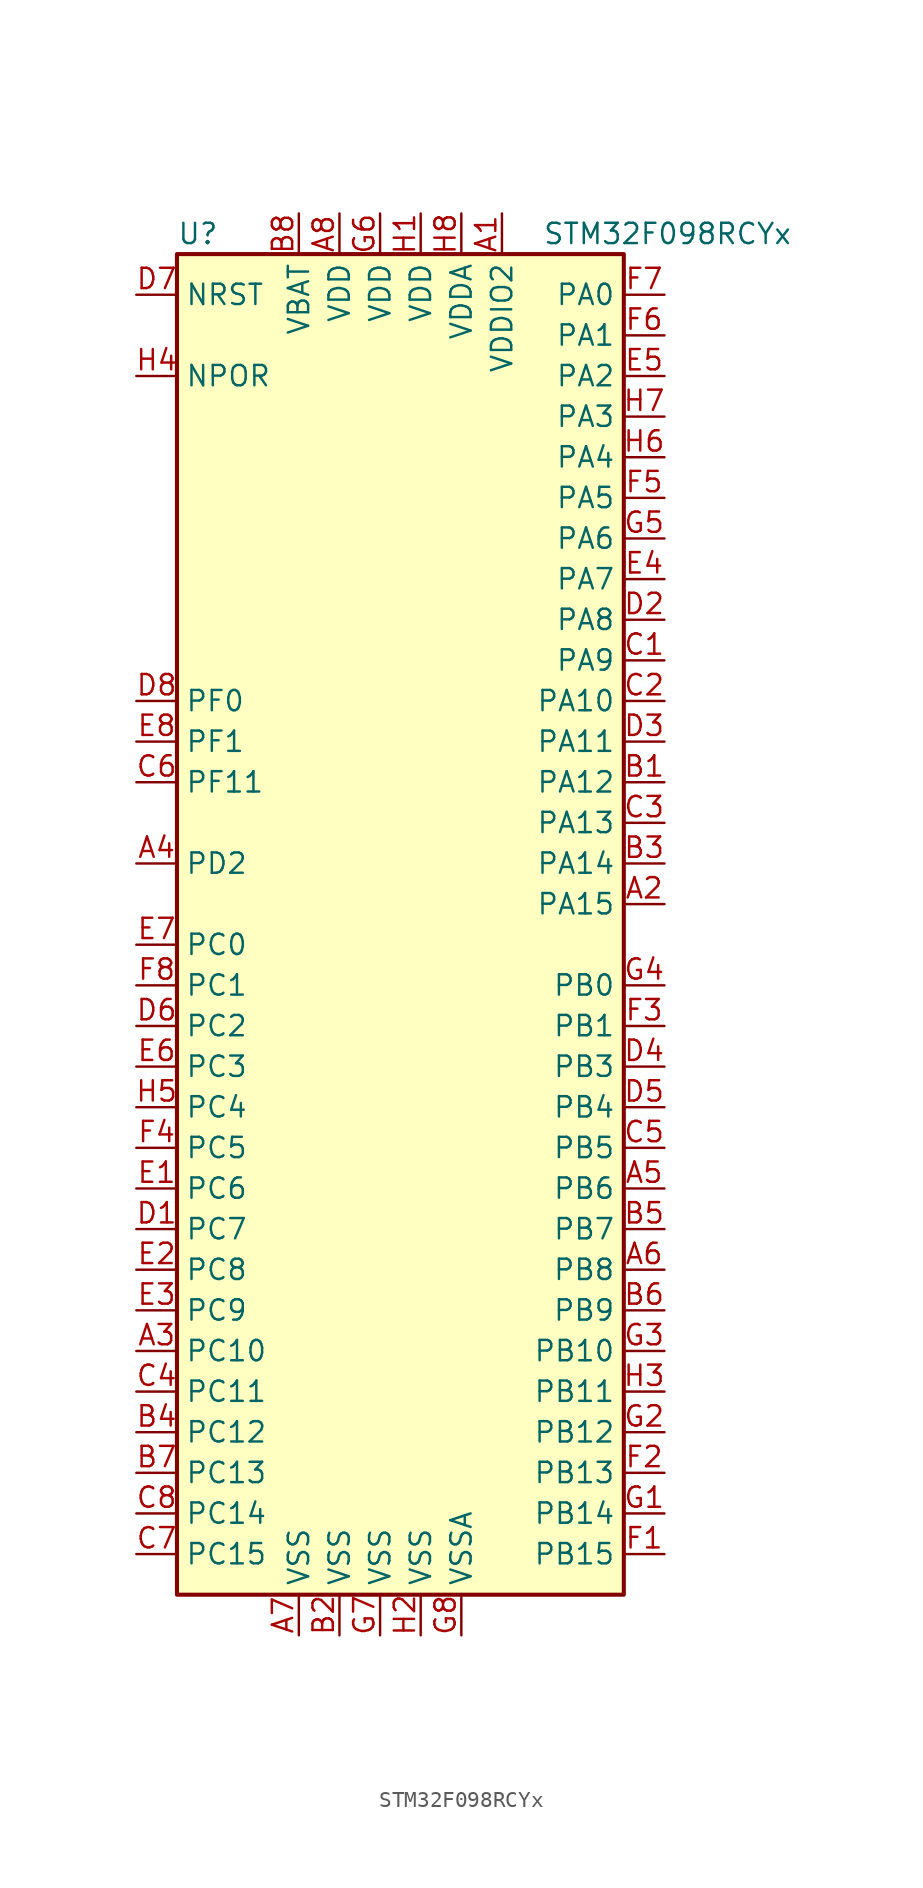
<source format=kicad_sym>
(kicad_symbol_lib
  (version 20201005)
  (generator kicad_symbol_editor)
  (symbol "STM32F098RCYx"
    (property "Reference" "U"
      (at -15.24 41.91 0)
      (effects (font (size 1.27 1.27)) (justify left)))
    (property "Value" "STM32F098RCYx"
      (at 7.62 41.91 0)
      (effects (font (size 1.27 1.27)) (justify left)))
    (symbol "STM32F098RCYx_0_1"
      (rectangle (start -15.24 -43.18) (end 12.7 40.64) (stroke (width 0.254)) (fill (type background))))
    (symbol "STM32F098RCYx_1_1"
      (pin power_in line (at 5.08 43.18 270) (length 2.54) (name "VDDIO2" (effects (font (size 1.27 1.27)))) (number "A1" (effects (font (size 1.27 1.27)))))
      (pin bidirectional line (at 15.24 0 180) (length 2.54) (name "PA15" (effects (font (size 1.27 1.27)))) (number "A2" (effects (font (size 1.27 1.27)))))
      (pin bidirectional line (at -17.78 -27.94 0) (length 2.54) (name "PC10" (effects (font (size 1.27 1.27)))) (number "A3" (effects (font (size 1.27 1.27)))))
      (pin bidirectional line (at -17.78 2.54 0) (length 2.54) (name "PD2" (effects (font (size 1.27 1.27)))) (number "A4" (effects (font (size 1.27 1.27)))))
      (pin bidirectional line (at 15.24 -17.78 180) (length 2.54) (name "PB6" (effects (font (size 1.27 1.27)))) (number "A5" (effects (font (size 1.27 1.27)))))
      (pin bidirectional line (at 15.24 -22.86 180) (length 2.54) (name "PB8" (effects (font (size 1.27 1.27)))) (number "A6" (effects (font (size 1.27 1.27)))))
      (pin power_in line (at -7.62 -45.72 90) (length 2.54) (name "VSS" (effects (font (size 1.27 1.27)))) (number "A7" (effects (font (size 1.27 1.27)))))
      (pin power_in line (at -5.08 43.18 270) (length 2.54) (name "VDD" (effects (font (size 1.27 1.27)))) (number "A8" (effects (font (size 1.27 1.27)))))
      (pin bidirectional line (at 15.24 7.62 180) (length 2.54) (name "PA12" (effects (font (size 1.27 1.27)))) (number "B1" (effects (font (size 1.27 1.27)))))
      (pin power_in line (at -5.08 -45.72 90) (length 2.54) (name "VSS" (effects (font (size 1.27 1.27)))) (number "B2" (effects (font (size 1.27 1.27)))))
      (pin bidirectional line (at 15.24 2.54 180) (length 2.54) (name "PA14" (effects (font (size 1.27 1.27)))) (number "B3" (effects (font (size 1.27 1.27)))))
      (pin bidirectional line (at -17.78 -33.02 0) (length 2.54) (name "PC12" (effects (font (size 1.27 1.27)))) (number "B4" (effects (font (size 1.27 1.27)))))
      (pin bidirectional line (at 15.24 -20.32 180) (length 2.54) (name "PB7" (effects (font (size 1.27 1.27)))) (number "B5" (effects (font (size 1.27 1.27)))))
      (pin bidirectional line (at 15.24 -25.4 180) (length 2.54) (name "PB9" (effects (font (size 1.27 1.27)))) (number "B6" (effects (font (size 1.27 1.27)))))
      (pin bidirectional line (at -17.78 -35.56 0) (length 2.54) (name "PC13" (effects (font (size 1.27 1.27)))) (number "B7" (effects (font (size 1.27 1.27)))))
      (pin power_in line (at -7.62 43.18 270) (length 2.54) (name "VBAT" (effects (font (size 1.27 1.27)))) (number "B8" (effects (font (size 1.27 1.27)))))
      (pin bidirectional line (at 15.24 15.24 180) (length 2.54) (name "PA9" (effects (font (size 1.27 1.27)))) (number "C1" (effects (font (size 1.27 1.27)))))
      (pin bidirectional line (at 15.24 12.7 180) (length 2.54) (name "PA10" (effects (font (size 1.27 1.27)))) (number "C2" (effects (font (size 1.27 1.27)))))
      (pin bidirectional line (at 15.24 5.08 180) (length 2.54) (name "PA13" (effects (font (size 1.27 1.27)))) (number "C3" (effects (font (size 1.27 1.27)))))
      (pin bidirectional line (at -17.78 -30.48 0) (length 2.54) (name "PC11" (effects (font (size 1.27 1.27)))) (number "C4" (effects (font (size 1.27 1.27)))))
      (pin bidirectional line (at 15.24 -15.24 180) (length 2.54) (name "PB5" (effects (font (size 1.27 1.27)))) (number "C5" (effects (font (size 1.27 1.27)))))
      (pin bidirectional line (at -17.78 7.62 0) (length 2.54) (name "PF11" (effects (font (size 1.27 1.27)))) (number "C6" (effects (font (size 1.27 1.27)))))
      (pin bidirectional line (at -17.78 -40.64 0) (length 2.54) (name "PC15" (effects (font (size 1.27 1.27)))) (number "C7" (effects (font (size 1.27 1.27)))))
      (pin bidirectional line (at -17.78 -38.1 0) (length 2.54) (name "PC14" (effects (font (size 1.27 1.27)))) (number "C8" (effects (font (size 1.27 1.27)))))
      (pin bidirectional line (at -17.78 -20.32 0) (length 2.54) (name "PC7" (effects (font (size 1.27 1.27)))) (number "D1" (effects (font (size 1.27 1.27)))))
      (pin bidirectional line (at 15.24 17.78 180) (length 2.54) (name "PA8" (effects (font (size 1.27 1.27)))) (number "D2" (effects (font (size 1.27 1.27)))))
      (pin bidirectional line (at 15.24 10.16 180) (length 2.54) (name "PA11" (effects (font (size 1.27 1.27)))) (number "D3" (effects (font (size 1.27 1.27)))))
      (pin bidirectional line (at 15.24 -10.16 180) (length 2.54) (name "PB3" (effects (font (size 1.27 1.27)))) (number "D4" (effects (font (size 1.27 1.27)))))
      (pin bidirectional line (at 15.24 -12.7 180) (length 2.54) (name "PB4" (effects (font (size 1.27 1.27)))) (number "D5" (effects (font (size 1.27 1.27)))))
      (pin bidirectional line (at -17.78 -7.62 0) (length 2.54) (name "PC2" (effects (font (size 1.27 1.27)))) (number "D6" (effects (font (size 1.27 1.27)))))
      (pin input line (at -17.78 38.1 0) (length 2.54) (name "NRST" (effects (font (size 1.27 1.27)))) (number "D7" (effects (font (size 1.27 1.27)))))
      (pin input line (at -17.78 12.7 0) (length 2.54) (name "PF0" (effects (font (size 1.27 1.27)))) (number "D8" (effects (font (size 1.27 1.27)))))
      (pin bidirectional line (at -17.78 -17.78 0) (length 2.54) (name "PC6" (effects (font (size 1.27 1.27)))) (number "E1" (effects (font (size 1.27 1.27)))))
      (pin bidirectional line (at -17.78 -22.86 0) (length 2.54) (name "PC8" (effects (font (size 1.27 1.27)))) (number "E2" (effects (font (size 1.27 1.27)))))
      (pin bidirectional line (at -17.78 -25.4 0) (length 2.54) (name "PC9" (effects (font (size 1.27 1.27)))) (number "E3" (effects (font (size 1.27 1.27)))))
      (pin bidirectional line (at 15.24 20.32 180) (length 2.54) (name "PA7" (effects (font (size 1.27 1.27)))) (number "E4" (effects (font (size 1.27 1.27)))))
      (pin bidirectional line (at 15.24 33.02 180) (length 2.54) (name "PA2" (effects (font (size 1.27 1.27)))) (number "E5" (effects (font (size 1.27 1.27)))))
      (pin bidirectional line (at -17.78 -10.16 0) (length 2.54) (name "PC3" (effects (font (size 1.27 1.27)))) (number "E6" (effects (font (size 1.27 1.27)))))
      (pin bidirectional line (at -17.78 -2.54 0) (length 2.54) (name "PC0" (effects (font (size 1.27 1.27)))) (number "E7" (effects (font (size 1.27 1.27)))))
      (pin input line (at -17.78 10.16 0) (length 2.54) (name "PF1" (effects (font (size 1.27 1.27)))) (number "E8" (effects (font (size 1.27 1.27)))))
      (pin bidirectional line (at 15.24 -40.64 180) (length 2.54) (name "PB15" (effects (font (size 1.27 1.27)))) (number "F1" (effects (font (size 1.27 1.27)))))
      (pin bidirectional line (at 15.24 -35.56 180) (length 2.54) (name "PB13" (effects (font (size 1.27 1.27)))) (number "F2" (effects (font (size 1.27 1.27)))))
      (pin bidirectional line (at 15.24 -7.62 180) (length 2.54) (name "PB1" (effects (font (size 1.27 1.27)))) (number "F3" (effects (font (size 1.27 1.27)))))
      (pin bidirectional line (at -17.78 -15.24 0) (length 2.54) (name "PC5" (effects (font (size 1.27 1.27)))) (number "F4" (effects (font (size 1.27 1.27)))))
      (pin bidirectional line (at 15.24 25.4 180) (length 2.54) (name "PA5" (effects (font (size 1.27 1.27)))) (number "F5" (effects (font (size 1.27 1.27)))))
      (pin bidirectional line (at 15.24 35.56 180) (length 2.54) (name "PA1" (effects (font (size 1.27 1.27)))) (number "F6" (effects (font (size 1.27 1.27)))))
      (pin bidirectional line (at 15.24 38.1 180) (length 2.54) (name "PA0" (effects (font (size 1.27 1.27)))) (number "F7" (effects (font (size 1.27 1.27)))))
      (pin bidirectional line (at -17.78 -5.08 0) (length 2.54) (name "PC1" (effects (font (size 1.27 1.27)))) (number "F8" (effects (font (size 1.27 1.27)))))
      (pin bidirectional line (at 15.24 -38.1 180) (length 2.54) (name "PB14" (effects (font (size 1.27 1.27)))) (number "G1" (effects (font (size 1.27 1.27)))))
      (pin bidirectional line (at 15.24 -33.02 180) (length 2.54) (name "PB12" (effects (font (size 1.27 1.27)))) (number "G2" (effects (font (size 1.27 1.27)))))
      (pin bidirectional line (at 15.24 -27.94 180) (length 2.54) (name "PB10" (effects (font (size 1.27 1.27)))) (number "G3" (effects (font (size 1.27 1.27)))))
      (pin bidirectional line (at 15.24 -5.08 180) (length 2.54) (name "PB0" (effects (font (size 1.27 1.27)))) (number "G4" (effects (font (size 1.27 1.27)))))
      (pin bidirectional line (at 15.24 22.86 180) (length 2.54) (name "PA6" (effects (font (size 1.27 1.27)))) (number "G5" (effects (font (size 1.27 1.27)))))
      (pin power_in line (at -2.54 43.18 270) (length 2.54) (name "VDD" (effects (font (size 1.27 1.27)))) (number "G6" (effects (font (size 1.27 1.27)))))
      (pin power_in line (at -2.54 -45.72 90) (length 2.54) (name "VSS" (effects (font (size 1.27 1.27)))) (number "G7" (effects (font (size 1.27 1.27)))))
      (pin power_in line (at 2.54 -45.72 90) (length 2.54) (name "VSSA" (effects (font (size 1.27 1.27)))) (number "G8" (effects (font (size 1.27 1.27)))))
      (pin power_in line (at 0 43.18 270) (length 2.54) (name "VDD" (effects (font (size 1.27 1.27)))) (number "H1" (effects (font (size 1.27 1.27)))))
      (pin power_in line (at 0 -45.72 90) (length 2.54) (name "VSS" (effects (font (size 1.27 1.27)))) (number "H2" (effects (font (size 1.27 1.27)))))
      (pin bidirectional line (at 15.24 -30.48 180) (length 2.54) (name "PB11" (effects (font (size 1.27 1.27)))) (number "H3" (effects (font (size 1.27 1.27)))))
      (pin power_in line (at -17.78 33.02 0) (length 2.54) (name "NPOR" (effects (font (size 1.27 1.27)))) (number "H4" (effects (font (size 1.27 1.27)))))
      (pin bidirectional line (at -17.78 -12.7 0) (length 2.54) (name "PC4" (effects (font (size 1.27 1.27)))) (number "H5" (effects (font (size 1.27 1.27)))))
      (pin bidirectional line (at 15.24 27.94 180) (length 2.54) (name "PA4" (effects (font (size 1.27 1.27)))) (number "H6" (effects (font (size 1.27 1.27)))))
      (pin bidirectional line (at 15.24 30.48 180) (length 2.54) (name "PA3" (effects (font (size 1.27 1.27)))) (number "H7" (effects (font (size 1.27 1.27)))))
      (pin power_in line (at 2.54 43.18 270) (length 2.54) (name "VDDA" (effects (font (size 1.27 1.27)))) (number "H8" (effects (font (size 1.27 1.27))))))))
</source>
